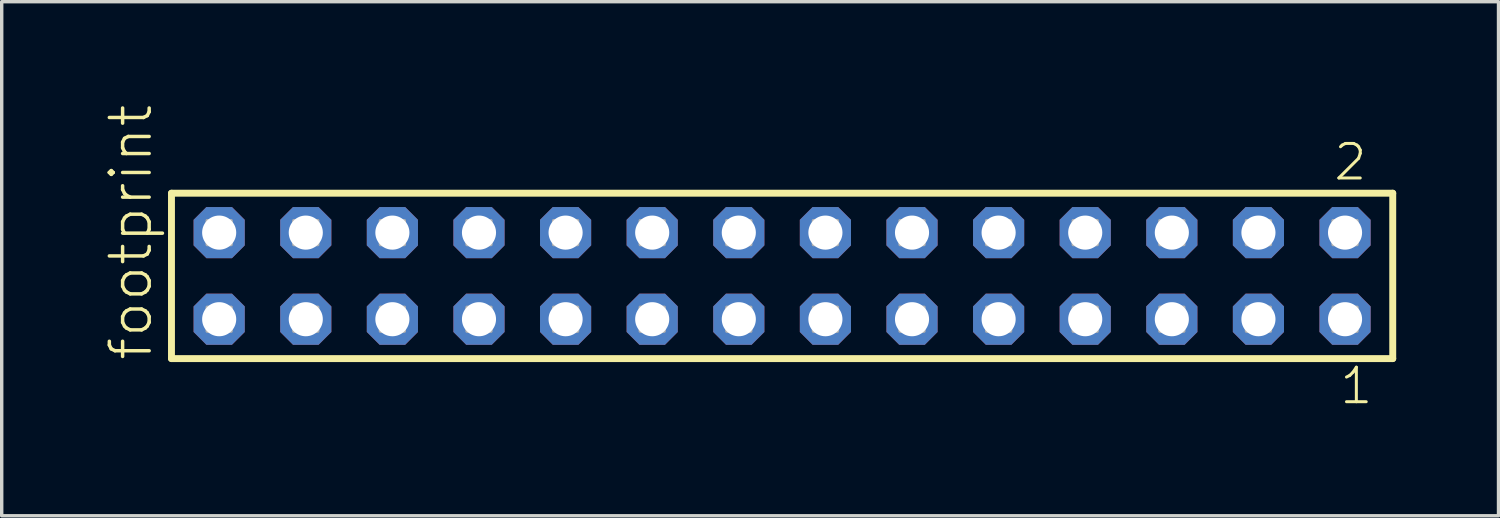
<source format=kicad_pcb>
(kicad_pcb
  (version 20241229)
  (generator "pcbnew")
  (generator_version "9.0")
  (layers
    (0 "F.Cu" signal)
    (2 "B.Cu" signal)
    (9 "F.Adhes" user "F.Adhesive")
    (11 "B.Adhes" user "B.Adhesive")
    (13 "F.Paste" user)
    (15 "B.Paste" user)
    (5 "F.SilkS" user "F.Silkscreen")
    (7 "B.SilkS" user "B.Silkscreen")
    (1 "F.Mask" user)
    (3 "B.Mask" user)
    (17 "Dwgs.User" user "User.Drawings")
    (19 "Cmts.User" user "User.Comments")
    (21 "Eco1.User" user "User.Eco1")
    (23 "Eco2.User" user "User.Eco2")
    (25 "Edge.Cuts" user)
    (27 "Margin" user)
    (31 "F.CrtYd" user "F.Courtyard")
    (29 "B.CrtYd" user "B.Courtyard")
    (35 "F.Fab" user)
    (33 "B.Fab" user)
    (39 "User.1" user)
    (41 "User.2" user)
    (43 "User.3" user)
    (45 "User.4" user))
  (footprint "footprint"
    (layer "F.Cu")
    (at 19.888 5.042)
    (property "Reference" "footprint" (at -18.415 2.54 90) (layer "F.SilkS") (effects (font (size 1.168 1.168) (thickness 0.102)) (justify left bottom)))
    (fp_line (start -17.909 -2.425) (end 17.909 -2.425) (stroke (width 0.203) (type solid)) (layer "F.SilkS"))
    (fp_line (start -17.909 2.425) (end -17.909 -2.425) (stroke (width 0.203) (type solid)) (layer "F.SilkS"))
    (fp_line (start 17.909 -2.425) (end 17.909 2.425) (stroke (width 0.203) (type solid)) (layer "F.SilkS"))
    (fp_line (start 17.909 2.425) (end -17.909 2.425) (stroke (width 0.203) (type solid)) (layer "F.SilkS"))
    (fp_poly (pts (xy -16.86 -0.92) (xy -16.16 -0.92) (xy -16.16 -1.62) (xy -16.86 -1.62)) (stroke (width 0.1) (type solid)) (fill no) (layer "F.Fab"))
    (fp_poly (pts (xy -16.86 1.62) (xy -16.16 1.62) (xy -16.16 0.92) (xy -16.86 0.92)) (stroke (width 0.1) (type solid)) (fill no) (layer "F.Fab"))
    (fp_poly (pts (xy -14.32 -0.92) (xy -13.62 -0.92) (xy -13.62 -1.62) (xy -14.32 -1.62)) (stroke (width 0.1) (type solid)) (fill no) (layer "F.Fab"))
    (fp_poly (pts (xy -14.32 1.62) (xy -13.62 1.62) (xy -13.62 0.92) (xy -14.32 0.92)) (stroke (width 0.1) (type solid)) (fill no) (layer "F.Fab"))
    (fp_poly (pts (xy -11.78 -0.92) (xy -11.08 -0.92) (xy -11.08 -1.62) (xy -11.78 -1.62)) (stroke (width 0.1) (type solid)) (fill no) (layer "F.Fab"))
    (fp_poly (pts (xy -11.78 1.62) (xy -11.08 1.62) (xy -11.08 0.92) (xy -11.78 0.92)) (stroke (width 0.1) (type solid)) (fill no) (layer "F.Fab"))
    (fp_poly (pts (xy -9.24 -0.92) (xy -8.54 -0.92) (xy -8.54 -1.62) (xy -9.24 -1.62)) (stroke (width 0.1) (type solid)) (fill no) (layer "F.Fab"))
    (fp_poly (pts (xy -9.24 1.62) (xy -8.54 1.62) (xy -8.54 0.92) (xy -9.24 0.92)) (stroke (width 0.1) (type solid)) (fill no) (layer "F.Fab"))
    (fp_poly (pts (xy -6.7 -0.92) (xy -6 -0.92) (xy -6 -1.62) (xy -6.7 -1.62)) (stroke (width 0.1) (type solid)) (fill no) (layer "F.Fab"))
    (fp_poly (pts (xy -6.7 1.62) (xy -6 1.62) (xy -6 0.92) (xy -6.7 0.92)) (stroke (width 0.1) (type solid)) (fill no) (layer "F.Fab"))
    (fp_poly (pts (xy -4.16 -0.92) (xy -3.46 -0.92) (xy -3.46 -1.62) (xy -4.16 -1.62)) (stroke (width 0.1) (type solid)) (fill no) (layer "F.Fab"))
    (fp_poly (pts (xy -4.16 1.62) (xy -3.46 1.62) (xy -3.46 0.92) (xy -4.16 0.92)) (stroke (width 0.1) (type solid)) (fill no) (layer "F.Fab"))
    (fp_poly (pts (xy -1.62 -0.92) (xy -0.92 -0.92) (xy -0.92 -1.62) (xy -1.62 -1.62)) (stroke (width 0.1) (type solid)) (fill no) (layer "F.Fab"))
    (fp_poly (pts (xy -1.62 1.62) (xy -0.92 1.62) (xy -0.92 0.92) (xy -1.62 0.92)) (stroke (width 0.1) (type solid)) (fill no) (layer "F.Fab"))
    (fp_poly (pts (xy 0.92 -0.92) (xy 1.62 -0.92) (xy 1.62 -1.62) (xy 0.92 -1.62)) (stroke (width 0.1) (type solid)) (fill no) (layer "F.Fab"))
    (fp_poly (pts (xy 0.92 1.62) (xy 1.62 1.62) (xy 1.62 0.92) (xy 0.92 0.92)) (stroke (width 0.1) (type solid)) (fill no) (layer "F.Fab"))
    (fp_poly (pts (xy 3.46 -0.92) (xy 4.16 -0.92) (xy 4.16 -1.62) (xy 3.46 -1.62)) (stroke (width 0.1) (type solid)) (fill no) (layer "F.Fab"))
    (fp_poly (pts (xy 3.46 1.62) (xy 4.16 1.62) (xy 4.16 0.92) (xy 3.46 0.92)) (stroke (width 0.1) (type solid)) (fill no) (layer "F.Fab"))
    (fp_poly (pts (xy 6 -0.92) (xy 6.7 -0.92) (xy 6.7 -1.62) (xy 6 -1.62)) (stroke (width 0.1) (type solid)) (fill no) (layer "F.Fab"))
    (fp_poly (pts (xy 6 1.62) (xy 6.7 1.62) (xy 6.7 0.92) (xy 6 0.92)) (stroke (width 0.1) (type solid)) (fill no) (layer "F.Fab"))
    (fp_poly (pts (xy 8.54 -0.92) (xy 9.24 -0.92) (xy 9.24 -1.62) (xy 8.54 -1.62)) (stroke (width 0.1) (type solid)) (fill no) (layer "F.Fab"))
    (fp_poly (pts (xy 8.54 1.62) (xy 9.24 1.62) (xy 9.24 0.92) (xy 8.54 0.92)) (stroke (width 0.1) (type solid)) (fill no) (layer "F.Fab"))
    (fp_poly (pts (xy 11.08 -0.92) (xy 11.78 -0.92) (xy 11.78 -1.62) (xy 11.08 -1.62)) (stroke (width 0.1) (type solid)) (fill no) (layer "F.Fab"))
    (fp_poly (pts (xy 11.08 1.62) (xy 11.78 1.62) (xy 11.78 0.92) (xy 11.08 0.92)) (stroke (width 0.1) (type solid)) (fill no) (layer "F.Fab"))
    (fp_poly (pts (xy 13.62 -0.92) (xy 14.32 -0.92) (xy 14.32 -1.62) (xy 13.62 -1.62)) (stroke (width 0.1) (type solid)) (fill no) (layer "F.Fab"))
    (fp_poly (pts (xy 13.62 1.62) (xy 14.32 1.62) (xy 14.32 0.92) (xy 13.62 0.92)) (stroke (width 0.1) (type solid)) (fill no) (layer "F.Fab"))
    (fp_poly (pts (xy 16.16 -0.92) (xy 16.86 -0.92) (xy 16.86 -1.62) (xy 16.16 -1.62)) (stroke (width 0.1) (type solid)) (fill no) (layer "F.Fab"))
    (fp_poly (pts (xy 16.16 1.62) (xy 16.86 1.62) (xy 16.86 0.92) (xy 16.16 0.92)) (stroke (width 0.1) (type solid)) (fill no) (layer "F.Fab"))
    (fp_text user "2" (at 16.127 -2.744 0) (layer "F.SilkS") (effects (font (size 1.012 1.012) (thickness 0.088)) (justify left bottom)))
    (fp_text user "1" (at 16.302 3.818 0) (layer "F.SilkS") (effects (font (size 1.012 1.012) (thickness 0.088)) (justify left bottom)))
    (pad "1" thru_hole roundrect (at 16.51 1.27 180) (size 1.5 1.5) (drill 1) (layers "*.Cu" "*.Mask") (roundrect_rratio 0.25) (chamfer_ratio 0.25) (chamfer top_left top_right bottom_left bottom_right))
    (pad "2" thru_hole roundrect (at 16.51 -1.27 180) (size 1.5 1.5) (drill 1) (layers "*.Cu" "*.Mask") (roundrect_rratio 0.25) (chamfer_ratio 0.25) (chamfer top_left top_right bottom_left bottom_right))
    (pad "3" thru_hole roundrect (at 13.97 1.27 180) (size 1.5 1.5) (drill 1) (layers "*.Cu" "*.Mask") (roundrect_rratio 0.25) (chamfer_ratio 0.25) (chamfer top_left top_right bottom_left bottom_right))
    (pad "4" thru_hole roundrect (at 13.97 -1.27 180) (size 1.5 1.5) (drill 1) (layers "*.Cu" "*.Mask") (roundrect_rratio 0.25) (chamfer_ratio 0.25) (chamfer top_left top_right bottom_left bottom_right))
    (pad "5" thru_hole roundrect (at 11.43 1.27 180) (size 1.5 1.5) (drill 1) (layers "*.Cu" "*.Mask") (roundrect_rratio 0.25) (chamfer_ratio 0.25) (chamfer top_left top_right bottom_left bottom_right))
    (pad "6" thru_hole roundrect (at 11.43 -1.27 180) (size 1.5 1.5) (drill 1) (layers "*.Cu" "*.Mask") (roundrect_rratio 0.25) (chamfer_ratio 0.25) (chamfer top_left top_right bottom_left bottom_right))
    (pad "7" thru_hole roundrect (at 8.89 1.27 180) (size 1.5 1.5) (drill 1) (layers "*.Cu" "*.Mask") (roundrect_rratio 0.25) (chamfer_ratio 0.25) (chamfer top_left top_right bottom_left bottom_right))
    (pad "8" thru_hole roundrect (at 8.89 -1.27 180) (size 1.5 1.5) (drill 1) (layers "*.Cu" "*.Mask") (roundrect_rratio 0.25) (chamfer_ratio 0.25) (chamfer top_left top_right bottom_left bottom_right))
    (pad "9" thru_hole roundrect (at 6.35 1.27 180) (size 1.5 1.5) (drill 1) (layers "*.Cu" "*.Mask") (roundrect_rratio 0.25) (chamfer_ratio 0.25) (chamfer top_left top_right bottom_left bottom_right))
    (pad "10" thru_hole roundrect (at 6.35 -1.27 180) (size 1.5 1.5) (drill 1) (layers "*.Cu" "*.Mask") (roundrect_rratio 0.25) (chamfer_ratio 0.25) (chamfer top_left top_right bottom_left bottom_right))
    (pad "11" thru_hole roundrect (at 3.81 1.27 180) (size 1.5 1.5) (drill 1) (layers "*.Cu" "*.Mask") (roundrect_rratio 0.25) (chamfer_ratio 0.25) (chamfer top_left top_right bottom_left bottom_right))
    (pad "12" thru_hole roundrect (at 3.81 -1.27 180) (size 1.5 1.5) (drill 1) (layers "*.Cu" "*.Mask") (roundrect_rratio 0.25) (chamfer_ratio 0.25) (chamfer top_left top_right bottom_left bottom_right))
    (pad "13" thru_hole roundrect (at 1.27 1.27 180) (size 1.5 1.5) (drill 1) (layers "*.Cu" "*.Mask") (roundrect_rratio 0.25) (chamfer_ratio 0.25) (chamfer top_left top_right bottom_left bottom_right))
    (pad "14" thru_hole roundrect (at 1.27 -1.27 180) (size 1.5 1.5) (drill 1) (layers "*.Cu" "*.Mask") (roundrect_rratio 0.25) (chamfer_ratio 0.25) (chamfer top_left top_right bottom_left bottom_right))
    (pad "15" thru_hole roundrect (at -1.27 1.27 180) (size 1.5 1.5) (drill 1) (layers "*.Cu" "*.Mask") (roundrect_rratio 0.25) (chamfer_ratio 0.25) (chamfer top_left top_right bottom_left bottom_right))
    (pad "16" thru_hole roundrect (at -1.27 -1.27 180) (size 1.5 1.5) (drill 1) (layers "*.Cu" "*.Mask") (roundrect_rratio 0.25) (chamfer_ratio 0.25) (chamfer top_left top_right bottom_left bottom_right))
    (pad "17" thru_hole roundrect (at -3.81 1.27 180) (size 1.5 1.5) (drill 1) (layers "*.Cu" "*.Mask") (roundrect_rratio 0.25) (chamfer_ratio 0.25) (chamfer top_left top_right bottom_left bottom_right))
    (pad "18" thru_hole roundrect (at -3.81 -1.27 180) (size 1.5 1.5) (drill 1) (layers "*.Cu" "*.Mask") (roundrect_rratio 0.25) (chamfer_ratio 0.25) (chamfer top_left top_right bottom_left bottom_right))
    (pad "19" thru_hole roundrect (at -6.35 1.27 180) (size 1.5 1.5) (drill 1) (layers "*.Cu" "*.Mask") (roundrect_rratio 0.25) (chamfer_ratio 0.25) (chamfer top_left top_right bottom_left bottom_right))
    (pad "20" thru_hole roundrect (at -6.35 -1.27 180) (size 1.5 1.5) (drill 1) (layers "*.Cu" "*.Mask") (roundrect_rratio 0.25) (chamfer_ratio 0.25) (chamfer top_left top_right bottom_left bottom_right))
    (pad "21" thru_hole roundrect (at -8.89 1.27 180) (size 1.5 1.5) (drill 1) (layers "*.Cu" "*.Mask") (roundrect_rratio 0.25) (chamfer_ratio 0.25) (chamfer top_left top_right bottom_left bottom_right))
    (pad "22" thru_hole roundrect (at -8.89 -1.27 180) (size 1.5 1.5) (drill 1) (layers "*.Cu" "*.Mask") (roundrect_rratio 0.25) (chamfer_ratio 0.25) (chamfer top_left top_right bottom_left bottom_right))
    (pad "23" thru_hole roundrect (at -11.43 1.27 180) (size 1.5 1.5) (drill 1) (layers "*.Cu" "*.Mask") (roundrect_rratio 0.25) (chamfer_ratio 0.25) (chamfer top_left top_right bottom_left bottom_right))
    (pad "24" thru_hole roundrect (at -11.43 -1.27 180) (size 1.5 1.5) (drill 1) (layers "*.Cu" "*.Mask") (roundrect_rratio 0.25) (chamfer_ratio 0.25) (chamfer top_left top_right bottom_left bottom_right))
    (pad "25" thru_hole roundrect (at -13.97 1.27 180) (size 1.5 1.5) (drill 1) (layers "*.Cu" "*.Mask") (roundrect_rratio 0.25) (chamfer_ratio 0.25) (chamfer top_left top_right bottom_left bottom_right))
    (pad "26" thru_hole roundrect (at -13.97 -1.27 180) (size 1.5 1.5) (drill 1) (layers "*.Cu" "*.Mask") (roundrect_rratio 0.25) (chamfer_ratio 0.25) (chamfer top_left top_right bottom_left bottom_right))
    (pad "27" thru_hole roundrect (at -16.51 1.27 180) (size 1.5 1.5) (drill 1) (layers "*.Cu" "*.Mask") (roundrect_rratio 0.25) (chamfer_ratio 0.25) (chamfer top_left top_right bottom_left bottom_right))
    (pad "28" thru_hole roundrect (at -16.51 -1.27 180) (size 1.5 1.5) (drill 1) (layers "*.Cu" "*.Mask") (roundrect_rratio 0.25) (chamfer_ratio 0.25) (chamfer top_left top_right bottom_left bottom_right)))
  (gr_rect
    (start -3 -3)
    (end 40.899 12.077)
    (stroke (width 0.1) (type default))
    (fill no)
    (layer "Edge.Cuts")))
</source>
